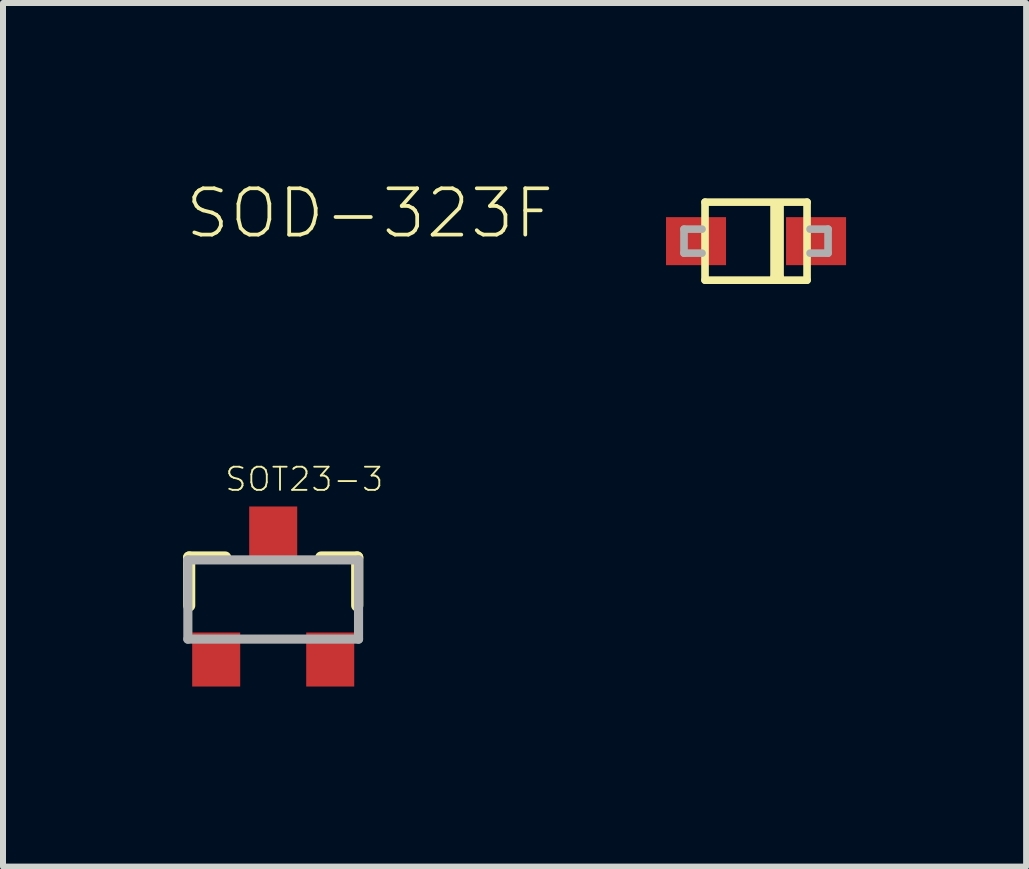
<source format=kicad_pcb>
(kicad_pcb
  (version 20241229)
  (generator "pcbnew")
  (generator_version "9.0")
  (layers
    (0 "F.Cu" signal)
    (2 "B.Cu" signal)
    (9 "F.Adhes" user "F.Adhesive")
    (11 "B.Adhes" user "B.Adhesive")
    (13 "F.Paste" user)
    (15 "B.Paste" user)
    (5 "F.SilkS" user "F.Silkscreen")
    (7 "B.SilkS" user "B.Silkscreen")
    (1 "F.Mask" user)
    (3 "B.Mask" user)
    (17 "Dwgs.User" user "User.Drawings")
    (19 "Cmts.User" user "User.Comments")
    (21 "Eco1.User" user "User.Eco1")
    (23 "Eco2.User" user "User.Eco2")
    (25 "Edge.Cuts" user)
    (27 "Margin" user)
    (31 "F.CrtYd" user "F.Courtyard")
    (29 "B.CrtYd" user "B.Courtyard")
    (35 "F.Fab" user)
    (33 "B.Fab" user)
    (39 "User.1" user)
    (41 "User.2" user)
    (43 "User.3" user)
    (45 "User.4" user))
  (footprint "SOT23-3"
    (layer "F.Cu")
    (at 1.502 6.939)
    (property "Reference" "SOT23-3" (at -0.826 -1.778 0) (layer "F.SilkS") (effects (font (size 0.386 0.386) (thickness 0.031)) (justify left bottom)))
    (attr through_hole)
    (fp_line (start -1.4 -0.7) (end -1.4 0.1) (stroke (width 0.203) (type solid)) (layer "F.SilkS"))
    (fp_line (start -0.8 -0.7) (end -1.4 -0.7) (stroke (width 0.203) (type solid)) (layer "F.SilkS"))
    (fp_line (start 0.8 -0.7) (end 1.4 -0.7) (stroke (width 0.203) (type solid)) (layer "F.SilkS"))
    (fp_line (start 1.4 -0.7) (end 1.4 0.1) (stroke (width 0.203) (type solid)) (layer "F.SilkS"))
    (fp_line (start -1.422 -0.66) (end 1.422 -0.66) (stroke (width 0.152) (type solid)) (layer "F.Fab"))
    (fp_line (start -1.422 0.66) (end -1.422 -0.66) (stroke (width 0.152) (type solid)) (layer "F.Fab"))
    (fp_line (start 1.422 -0.66) (end 1.422 0.66) (stroke (width 0.152) (type solid)) (layer "F.Fab"))
    (fp_line (start 1.422 0.66) (end -1.422 0.66) (stroke (width 0.152) (type solid)) (layer "F.Fab"))
    (pad "1" smd rect (at -0.95 1) (size 0.8 0.9) (layers "F.Cu" "F.Mask" "F.Paste"))
    (pad "2" smd rect (at 0.95 1) (size 0.8 0.9) (layers "F.Cu" "F.Mask" "F.Paste"))
    (pad "3" smd rect (at 0 -1.1) (size 0.8 0.9) (layers "F.Cu" "F.Mask" "F.Paste")))
  (footprint "SOD-323F"
    (layer "F.Cu")
    (at 9.547 0.968)
    (property "Reference" "SOD-323F" (at -9.547 -0.011 180) (layer "F.SilkS") (effects (font (size 0.772 0.772) (thickness 0.062)) (justify left bottom)))
    (attr through_hole)
    (fp_line (start -0.85 -0.65) (end 0.85 -0.65) (stroke (width 0.127) (type solid)) (layer "F.SilkS"))
    (fp_line (start -0.85 0.65) (end -0.85 -0.65) (stroke (width 0.127) (type solid)) (layer "F.SilkS"))
    (fp_line (start 0.3 0.6) (end 0.3 -0.6) (stroke (width 0.127) (type solid)) (layer "F.SilkS"))
    (fp_line (start 0.4 -0.6) (end 0.4 0.6) (stroke (width 0.127) (type solid)) (layer "F.SilkS"))
    (fp_line (start 0.4 0.6) (end 0.3 0.6) (stroke (width 0.127) (type solid)) (layer "F.SilkS"))
    (fp_line (start 0.85 -0.65) (end 0.85 0.65) (stroke (width 0.127) (type solid)) (layer "F.SilkS"))
    (fp_line (start 0.85 0.65) (end -0.85 0.65) (stroke (width 0.127) (type solid)) (layer "F.SilkS"))
    (fp_line (start -1.2 -0.2) (end -1.2 0.2) (stroke (width 0.127) (type solid)) (layer "F.Fab"))
    (fp_line (start -1.2 0.2) (end -0.9 0.2) (stroke (width 0.127) (type solid)) (layer "F.Fab"))
    (fp_line (start -0.9 -0.2) (end -1.2 -0.2) (stroke (width 0.127) (type solid)) (layer "F.Fab"))
    (fp_line (start 0.9 -0.2) (end 1.2 -0.2) (stroke (width 0.127) (type solid)) (layer "F.Fab"))
    (fp_line (start 1.2 -0.2) (end 1.2 0.2) (stroke (width 0.127) (type solid)) (layer "F.Fab"))
    (fp_line (start 1.2 0.2) (end 0.9 0.2) (stroke (width 0.127) (type solid)) (layer "F.Fab"))
    (pad "A" smd rect (at -1 0) (size 1 0.8) (layers "F.Cu" "F.Mask" "F.Paste"))
    (pad "C" smd rect (at 1 0) (size 1 0.8) (layers "F.Cu" "F.Mask" "F.Paste")))
  (gr_rect
    (start -3 -3)
    (end 14.047 11.389)
    (stroke (width 0.1) (type default))
    (fill no)
    (layer "Edge.Cuts")))
</source>
